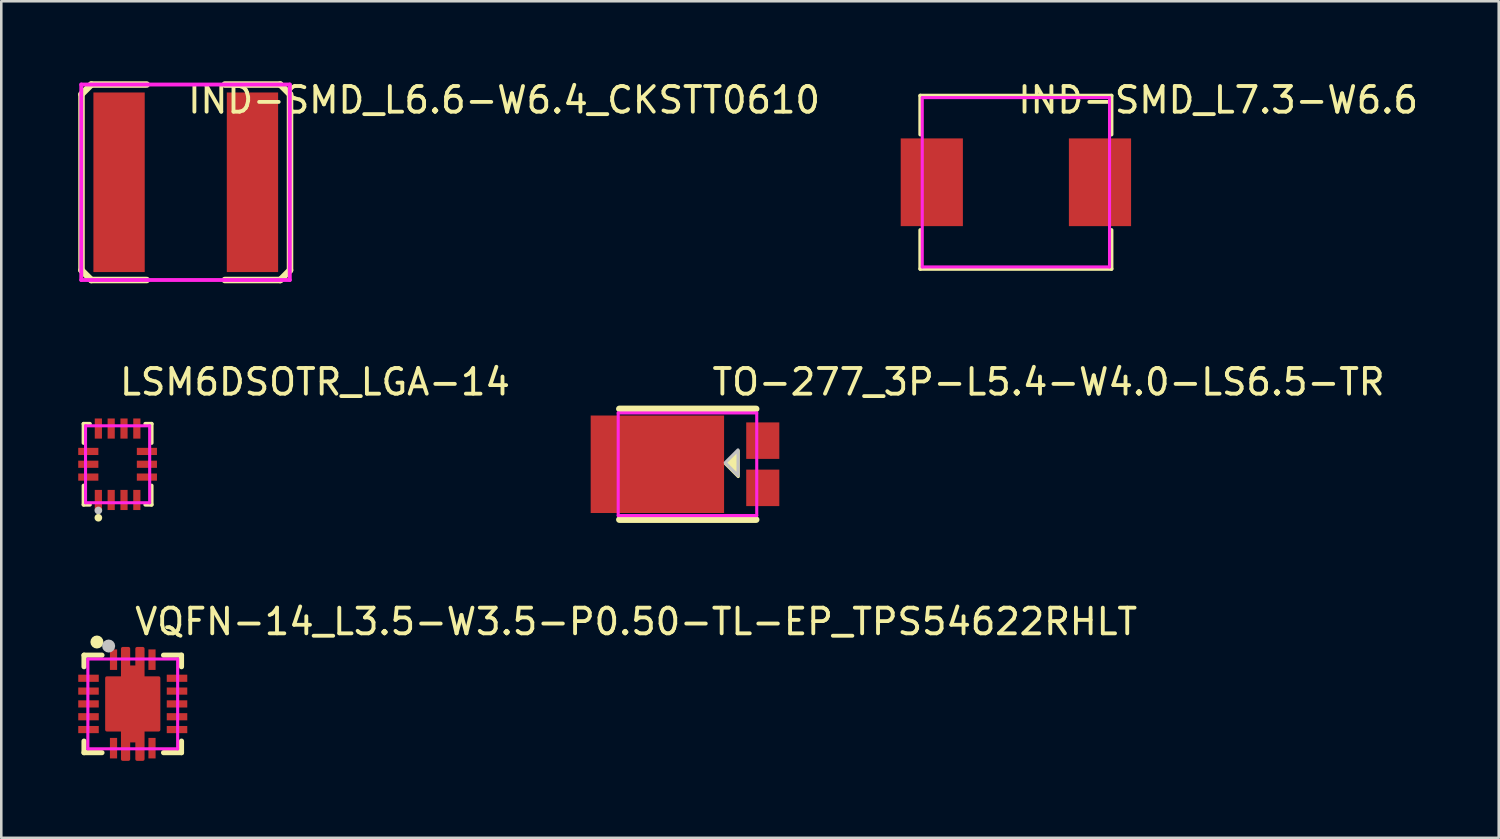
<source format=kicad_pcb>
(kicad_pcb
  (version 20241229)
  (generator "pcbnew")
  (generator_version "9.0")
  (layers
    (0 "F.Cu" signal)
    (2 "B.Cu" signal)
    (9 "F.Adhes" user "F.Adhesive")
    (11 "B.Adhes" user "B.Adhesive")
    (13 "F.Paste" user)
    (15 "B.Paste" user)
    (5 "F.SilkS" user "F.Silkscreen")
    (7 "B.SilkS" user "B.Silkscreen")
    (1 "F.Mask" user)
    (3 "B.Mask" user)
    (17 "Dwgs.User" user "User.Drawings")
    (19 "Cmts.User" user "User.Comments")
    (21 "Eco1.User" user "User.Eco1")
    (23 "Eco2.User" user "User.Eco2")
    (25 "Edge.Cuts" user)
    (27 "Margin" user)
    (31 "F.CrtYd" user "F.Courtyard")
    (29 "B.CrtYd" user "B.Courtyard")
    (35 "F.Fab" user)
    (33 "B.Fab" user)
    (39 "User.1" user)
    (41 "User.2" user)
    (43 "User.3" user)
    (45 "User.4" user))
  (footprint "IND-SMD_L7.3-W6.6"
    (layer "F.Cu")
    (at 36.55 4.055)
    (property "Reference" "IND-SMD_L7.3-W6.6" (at 0 -3.207 0) (layer "F.SilkS") (effects (font (size 1 1) (thickness 0.15)) (justify left)))
    (attr through_hole)
    (fp_line (start -3.726 -3.376) (end 3.726 -3.376) (stroke (width 0.152) (type solid)) (layer "F.SilkS"))
    (fp_line (start -3.726 -1.862) (end -3.726 -3.376) (stroke (width 0.152) (type solid)) (layer "F.SilkS"))
    (fp_line (start -3.726 1.862) (end -3.726 3.376) (stroke (width 0.152) (type solid)) (layer "F.SilkS"))
    (fp_line (start -3.726 3.376) (end 3.726 3.376) (stroke (width 0.152) (type solid)) (layer "F.SilkS"))
    (fp_line (start 3.726 -3.376) (end 3.726 -1.862) (stroke (width 0.152) (type solid)) (layer "F.SilkS"))
    (fp_line (start 3.726 3.376) (end 3.726 1.862) (stroke (width 0.152) (type solid)) (layer "F.SilkS"))
    (fp_circle (center -3.62 3.27) (end -3.59 3.27) (stroke (width 0.06) (type solid)) (fill no) (layer "Eco2.User"))
    (fp_poly (pts (xy -3.65 1.5) (xy -3.65 -1.5) (xy -2.15 -1.5) (xy -2.15 1.5)) (stroke (width 0.12) (type solid)) (fill no) (layer "Eco2.User"))
    (fp_poly (pts (xy 3.65 1.5) (xy 3.65 -1.5) (xy 2.15 -1.5) (xy 2.15 1.5)) (stroke (width 0.12) (type solid)) (fill no) (layer "Eco2.User"))
    (fp_line (start -3.65 -3.3) (end 3.65 -3.3) (stroke (width 0.12) (type solid)) (layer "F.CrtYd"))
    (fp_line (start -3.65 3.3) (end -3.65 -3.3) (stroke (width 0.12) (type solid)) (layer "F.CrtYd"))
    (fp_line (start 3.65 -3.3) (end 3.65 3.3) (stroke (width 0.12) (type solid)) (layer "F.CrtYd"))
    (fp_line (start 3.65 3.3) (end -3.65 3.3) (stroke (width 0.12) (type solid)) (layer "F.CrtYd"))
    (pad "1" smd rect (at 3.278 0) (size 2.424 3.42) (layers "F.Cu" "F.Mask" "F.Paste"))
    (pad "2" smd rect (at -3.278 0) (size 2.424 3.42) (layers "F.Cu" "F.Mask" "F.Paste")))
  (footprint "TO-277_3P-L5.4-W4.0-LS6.5-TR"
    (layer "F.Cu")
    (at 24.629 15.047)
    (property "Reference" "TO-277_3P-L5.4-W4.0-LS6.5-TR" (at 0 -3.207 0) (layer "F.SilkS") (effects (font (size 1 1) (thickness 0.15)) (justify left)))
    (attr through_hole)
    (fp_line (start -3.537 2.159) (end 1.797 2.159) (stroke (width 0.254) (type solid)) (layer "F.SilkS"))
    (fp_line (start 1.797 -2.159) (end -3.537 -2.159) (stroke (width 0.254) (type solid)) (layer "F.SilkS"))
    (fp_poly (pts (xy 0.599 -0.02) (xy 1.099 -0.52) (xy 1.099 0.48)) (stroke (width 0.12) (type solid)) (fill yes) (layer "F.SilkS"))
    (fp_poly (pts (xy 0.589 -0.06) (xy 1.089 -0.56) (xy 1.089 0.44)) (stroke (width 0.12) (type solid)) (fill no) (layer "Dwgs.User"))
    (fp_circle (center 2.327 -2) (end 2.357 -2) (stroke (width 0.06) (type solid)) (fill no) (layer "Eco2.User"))
    (fp_poly (pts (xy 1.777 -1.37) (xy 2.327 -1.37) (xy 2.327 -0.47) (xy 1.777 -0.47)) (stroke (width 0.12) (type solid)) (fill no) (layer "Eco2.User"))
    (fp_poly (pts (xy 1.777 0.47) (xy 2.327 0.47) (xy 2.327 1.37) (xy 1.777 1.37)) (stroke (width 0.12) (type solid)) (fill no) (layer "Eco2.User"))
    (fp_poly (pts (xy -3.401 0.86) (xy -4.221 0.86) (xy -4.221 -0.94) (xy -3.401 -0.94) (xy -3.401 -1.6) (xy 0.179 -1.6) (xy 0.179 1.48) (xy -3.401 1.48)) (stroke (width 0.12) (type solid)) (fill no) (layer "Eco2.User"))
    (fp_line (start -3.581 -2) (end 1.819 -2) (stroke (width 0.12) (type solid)) (layer "F.CrtYd"))
    (fp_line (start -3.581 2) (end -3.581 -2) (stroke (width 0.12) (type solid)) (layer "F.CrtYd"))
    (fp_line (start 1.819 -2) (end 1.819 2) (stroke (width 0.12) (type solid)) (layer "F.CrtYd"))
    (fp_line (start 1.819 2) (end -3.581 2) (stroke (width 0.12) (type solid)) (layer "F.CrtYd"))
    (pad "1" smd rect (at 2.054 -0.92) (size 1.29 1.422) (layers "F.Cu" "F.Mask" "F.Paste"))
    (pad "2" smd rect (at -2.054 0) (size 5.2 3.8) (layers "F.Cu" "F.Mask" "F.Paste"))
    (pad "3" smd rect (at 2.054 0.92) (size 1.29 1.422) (layers "F.Cu" "F.Mask" "F.Paste")))
  (footprint "LSM6DSOTR_LGA-14"
    (layer "F.Cu")
    (at 1.534 15.047)
    (property "Reference" "LSM6DSOTR_LGA-14" (at 0 -3.207 0) (layer "F.SilkS") (effects (font (size 1 1) (thickness 0.15)) (justify left)))
    (attr through_hole)
    (fp_line (start -1.326 -1.576) (end -1.08 -1.576) (stroke (width 0.152) (type solid)) (layer "F.SilkS"))
    (fp_line (start -1.326 -0.831) (end -1.326 -1.576) (stroke (width 0.152) (type solid)) (layer "F.SilkS"))
    (fp_line (start -1.326 0.831) (end -1.326 1.576) (stroke (width 0.152) (type solid)) (layer "F.SilkS"))
    (fp_line (start -1.326 1.576) (end -1.08 1.576) (stroke (width 0.152) (type solid)) (layer "F.SilkS"))
    (fp_line (start 1.326 -1.576) (end 1.08 -1.576) (stroke (width 0.152) (type solid)) (layer "F.SilkS"))
    (fp_line (start 1.326 -0.831) (end 1.326 -1.576) (stroke (width 0.152) (type solid)) (layer "F.SilkS"))
    (fp_line (start 1.326 0.831) (end 1.326 1.576) (stroke (width 0.152) (type solid)) (layer "F.SilkS"))
    (fp_line (start 1.326 1.576) (end 1.08 1.576) (stroke (width 0.152) (type solid)) (layer "F.SilkS"))
    (fp_circle (center -0.75 2.085) (end -0.675 2.085) (stroke (width 0.15) (type solid)) (fill no) (layer "F.SilkS"))
    (fp_circle (center -0.75 1.8) (end -0.675 1.8) (stroke (width 0.15) (type solid)) (fill no) (layer "Dwgs.User"))
    (fp_circle (center -1.25 1.5) (end -1.22 1.5) (stroke (width 0.06) (type solid)) (fill no) (layer "Eco2.User"))
    (fp_poly (pts (xy -0.875 -1.5) (xy -0.875 -1.025) (xy -0.625 -1.025) (xy -0.625 -1.5)) (stroke (width 0.12) (type solid)) (fill no) (layer "Eco2.User"))
    (fp_poly (pts (xy -0.875 1.5) (xy -0.875 1.025) (xy -0.625 1.025) (xy -0.625 1.5)) (stroke (width 0.12) (type solid)) (fill no) (layer "Eco2.User"))
    (fp_poly (pts (xy -0.775 -0.375) (xy -0.775 -0.625) (xy -1.25 -0.625) (xy -1.25 -0.375)) (stroke (width 0.12) (type solid)) (fill no) (layer "Eco2.User"))
    (fp_poly (pts (xy -0.775 0.125) (xy -0.775 -0.125) (xy -1.25 -0.125) (xy -1.25 0.125)) (stroke (width 0.12) (type solid)) (fill no) (layer "Eco2.User"))
    (fp_poly (pts (xy -0.775 0.625) (xy -0.775 0.375) (xy -1.25 0.375) (xy -1.25 0.625)) (stroke (width 0.12) (type solid)) (fill no) (layer "Eco2.User"))
    (fp_poly (pts (xy -0.375 -1.5) (xy -0.375 -1.025) (xy -0.125 -1.025) (xy -0.125 -1.5)) (stroke (width 0.12) (type solid)) (fill no) (layer "Eco2.User"))
    (fp_poly (pts (xy -0.375 1.5) (xy -0.375 1.025) (xy -0.125 1.025) (xy -0.125 1.5)) (stroke (width 0.12) (type solid)) (fill no) (layer "Eco2.User"))
    (fp_poly (pts (xy 0.125 -1.5) (xy 0.125 -1.025) (xy 0.375 -1.025) (xy 0.375 -1.5)) (stroke (width 0.12) (type solid)) (fill no) (layer "Eco2.User"))
    (fp_poly (pts (xy 0.125 1.5) (xy 0.125 1.025) (xy 0.375 1.025) (xy 0.375 1.5)) (stroke (width 0.12) (type solid)) (fill no) (layer "Eco2.User"))
    (fp_poly (pts (xy 0.625 -1.5) (xy 0.625 -1.025) (xy 0.875 -1.025) (xy 0.875 -1.5)) (stroke (width 0.12) (type solid)) (fill no) (layer "Eco2.User"))
    (fp_poly (pts (xy 0.625 1.5) (xy 0.625 1.025) (xy 0.875 1.025) (xy 0.875 1.5)) (stroke (width 0.12) (type solid)) (fill no) (layer "Eco2.User"))
    (fp_poly (pts (xy 0.775 -0.375) (xy 0.775 -0.625) (xy 1.25 -0.625) (xy 1.25 -0.375)) (stroke (width 0.12) (type solid)) (fill no) (layer "Eco2.User"))
    (fp_poly (pts (xy 0.775 0.125) (xy 0.775 -0.125) (xy 1.25 -0.125) (xy 1.25 0.125)) (stroke (width 0.12) (type solid)) (fill no) (layer "Eco2.User"))
    (fp_poly (pts (xy 0.775 0.625) (xy 0.775 0.375) (xy 1.25 0.375) (xy 1.25 0.625)) (stroke (width 0.12) (type solid)) (fill no) (layer "Eco2.User"))
    (fp_line (start -1.25 -1.5) (end 1.25 -1.5) (stroke (width 0.12) (type solid)) (layer "F.CrtYd"))
    (fp_line (start -1.25 1.5) (end -1.25 -1.5) (stroke (width 0.12) (type solid)) (layer "F.CrtYd"))
    (fp_line (start 1.25 -1.5) (end 1.25 1.5) (stroke (width 0.12) (type solid)) (layer "F.CrtYd"))
    (fp_line (start 1.25 1.5) (end -1.25 1.5) (stroke (width 0.12) (type solid)) (layer "F.CrtYd"))
    (pad "1" smd rect (at -0.75 1.392) (size 0.28 0.785) (layers "F.Cu" "F.Mask" "F.Paste"))
    (pad "2" smd rect (at -0.25 1.392) (size 0.28 0.785) (layers "F.Cu" "F.Mask" "F.Paste"))
    (pad "3" smd rect (at 0.25 1.392) (size 0.28 0.785) (layers "F.Cu" "F.Mask" "F.Paste"))
    (pad "4" smd rect (at 0.75 1.392) (size 0.28 0.785) (layers "F.Cu" "F.Mask" "F.Paste"))
    (pad "5" smd rect (at 1.142 0.5) (size 0.785 0.28) (layers "F.Cu" "F.Mask" "F.Paste"))
    (pad "6" smd rect (at 1.142 0) (size 0.785 0.28) (layers "F.Cu" "F.Mask" "F.Paste"))
    (pad "7" smd rect (at 1.142 -0.5) (size 0.785 0.28) (layers "F.Cu" "F.Mask" "F.Paste"))
    (pad "8" smd rect (at 0.75 -1.392) (size 0.28 0.785) (layers "F.Cu" "F.Mask" "F.Paste"))
    (pad "9" smd rect (at 0.25 -1.392) (size 0.28 0.785) (layers "F.Cu" "F.Mask" "F.Paste"))
    (pad "10" smd rect (at -0.25 -1.392) (size 0.28 0.785) (layers "F.Cu" "F.Mask" "F.Paste"))
    (pad "11" smd rect (at -0.75 -1.392) (size 0.28 0.785) (layers "F.Cu" "F.Mask" "F.Paste"))
    (pad "12" smd rect (at -1.142 -0.5) (size 0.785 0.28) (layers "F.Cu" "F.Mask" "F.Paste"))
    (pad "13" smd rect (at -1.142 0) (size 0.785 0.28) (layers "F.Cu" "F.Mask" "F.Paste"))
    (pad "14" smd rect (at -1.142 0.5) (size 0.785 0.28) (layers "F.Cu" "F.Mask" "F.Paste")))
  (footprint "IND-SMD_L6.6-W6.4_CKSTT0610"
    (layer "F.Cu")
    (at 4.191 4.055)
    (property "Reference" "IND-SMD_L6.6-W6.4_CKSTT0610" (at 0 -3.207 0) (layer "F.SilkS") (effects (font (size 1 1) (thickness 0.15)) (justify left)))
    (attr through_hole)
    (fp_line (start -4.064 -3.429) (end -4.064 3.429) (stroke (width 0.254) (type solid)) (layer "F.SilkS"))
    (fp_line (start -4.064 3.429) (end -3.683 3.81) (stroke (width 0.254) (type solid)) (layer "F.SilkS"))
    (fp_line (start -3.683 -3.81) (end -4.064 -3.429) (stroke (width 0.254) (type solid)) (layer "F.SilkS"))
    (fp_line (start -3.683 3.81) (end -1.524 3.81) (stroke (width 0.254) (type solid)) (layer "F.SilkS"))
    (fp_line (start -1.524 -3.81) (end -3.683 -3.81) (stroke (width 0.254) (type solid)) (layer "F.SilkS"))
    (fp_line (start 1.524 3.81) (end 3.683 3.81) (stroke (width 0.254) (type solid)) (layer "F.SilkS"))
    (fp_line (start 3.683 -3.81) (end 1.524 -3.81) (stroke (width 0.254) (type solid)) (layer "F.SilkS"))
    (fp_line (start 3.683 3.81) (end 4.064 3.429) (stroke (width 0.254) (type solid)) (layer "F.SilkS"))
    (fp_line (start 4.064 -3.429) (end 3.683 -3.81) (stroke (width 0.254) (type solid)) (layer "F.SilkS"))
    (fp_line (start 4.064 3.429) (end 4.064 -3.429) (stroke (width 0.254) (type solid)) (layer "F.SilkS"))
    (fp_line (start -4.073 -3.81) (end 4.055 -3.81) (stroke (width 0.152) (type solid)) (layer "F.CrtYd"))
    (fp_line (start -4.073 3.81) (end -4.073 -3.81) (stroke (width 0.152) (type solid)) (layer "F.CrtYd"))
    (fp_line (start 4.055 -3.81) (end 4.055 3.81) (stroke (width 0.152) (type solid)) (layer "F.CrtYd"))
    (fp_line (start 4.055 3.81) (end -4.073 3.81) (stroke (width 0.152) (type solid)) (layer "F.CrtYd"))
    (pad "1" smd rect (at -2.6 0) (size 2 7) (layers "F.Cu" "F.Mask" "F.Paste"))
    (pad "2" smd rect (at 2.6 0) (size 2 7) (layers "F.Cu" "F.Mask" "F.Paste")))
  (footprint "VQFN-14_L3.5-W3.5-P0.50-TL-EP_TPS54622RHLT"
    (layer "F.Cu")
    (at 2.125 24.389)
    (property "Reference" "VQFN-14_L3.5-W3.5-P0.50-TL-EP_TPS54622RHLT" (at 0 -3.207 0) (layer "F.SilkS") (effects (font (size 1 1) (thickness 0.15)) (justify left)))
    (attr through_hole)
    (fp_line (start -1.9 -1.9) (end -1.2 -1.9) (stroke (width 0.2) (type solid)) (layer "F.SilkS"))
    (fp_line (start -1.9 -1.45) (end -1.9 -1.9) (stroke (width 0.2) (type solid)) (layer "F.SilkS"))
    (fp_line (start -1.9 1.45) (end -1.9 1.9) (stroke (width 0.2) (type solid)) (layer "F.SilkS"))
    (fp_line (start -1.9 1.9) (end -1.2 1.9) (stroke (width 0.2) (type solid)) (layer "F.SilkS"))
    (fp_line (start 1.2 1.9) (end 1.9 1.9) (stroke (width 0.2) (type solid)) (layer "F.SilkS"))
    (fp_line (start 1.9 -1.9) (end 1.2 -1.9) (stroke (width 0.2) (type solid)) (layer "F.SilkS"))
    (fp_line (start 1.9 -1.45) (end 1.9 -1.9) (stroke (width 0.2) (type solid)) (layer "F.SilkS"))
    (fp_line (start 1.9 1.9) (end 1.9 1.45) (stroke (width 0.2) (type solid)) (layer "F.SilkS"))
    (fp_circle (center -1.397 -2.413) (end -1.27 -2.413) (stroke (width 0.254) (type solid)) (fill no) (layer "F.SilkS"))
    (fp_circle (center -0.94 -2.256) (end -0.813 -2.256) (stroke (width 0.254) (type solid)) (fill no) (layer "Dwgs.User"))
    (fp_circle (center -1.7 -1.7) (end -1.65 -1.7) (stroke (width 0.1) (type solid)) (fill no) (layer "Eco2.User"))
    (fp_poly (pts (xy -1.75 -1.12) (xy -1.35 -1.12) (xy -1.35 -0.88) (xy -1.75 -0.88)) (stroke (width 0.12) (type solid)) (fill no) (layer "Eco2.User"))
    (fp_poly (pts (xy -1.75 -0.62) (xy -1.35 -0.62) (xy -1.35 -0.38) (xy -1.75 -0.38)) (stroke (width 0.12) (type solid)) (fill no) (layer "Eco2.User"))
    (fp_poly (pts (xy -1.75 -0.12) (xy -1.35 -0.12) (xy -1.35 0.12) (xy -1.75 0.12)) (stroke (width 0.12) (type solid)) (fill no) (layer "Eco2.User"))
    (fp_poly (pts (xy -1.75 0.38) (xy -1.35 0.38) (xy -1.35 0.62) (xy -1.75 0.62)) (stroke (width 0.12) (type solid)) (fill no) (layer "Eco2.User"))
    (fp_poly (pts (xy -1.75 0.88) (xy -1.35 0.88) (xy -1.35 1.12) (xy -1.75 1.12)) (stroke (width 0.12) (type solid)) (fill no) (layer "Eco2.User"))
    (fp_poly (pts (xy -0.633 1.35) (xy -0.633 1.75) (xy -0.873 1.75) (xy -0.873 1.35)) (stroke (width 0.12) (type solid)) (fill no) (layer "Eco2.User"))
    (fp_poly (pts (xy -0.63 -1.75) (xy -0.63 -1.35) (xy -0.87 -1.35) (xy -0.87 -1.75)) (stroke (width 0.12) (type solid)) (fill no) (layer "Eco2.User"))
    (fp_poly (pts (xy 0.87 -1.75) (xy 0.87 -1.35) (xy 0.63 -1.35) (xy 0.63 -1.75)) (stroke (width 0.12) (type solid)) (fill no) (layer "Eco2.User"))
    (fp_poly (pts (xy 0.87 1.35) (xy 0.87 1.75) (xy 0.63 1.75) (xy 0.63 1.35)) (stroke (width 0.12) (type solid)) (fill no) (layer "Eco2.User"))
    (fp_poly (pts (xy 1.348 -1.12) (xy 1.748 -1.12) (xy 1.748 -0.88) (xy 1.348 -0.88)) (stroke (width 0.12) (type solid)) (fill no) (layer "Eco2.User"))
    (fp_poly (pts (xy 1.348 -0.62) (xy 1.748 -0.62) (xy 1.748 -0.38) (xy 1.348 -0.38)) (stroke (width 0.12) (type solid)) (fill no) (layer "Eco2.User"))
    (fp_poly (pts (xy 1.348 -0.12) (xy 1.748 -0.12) (xy 1.748 0.12) (xy 1.348 0.12)) (stroke (width 0.12) (type solid)) (fill no) (layer "Eco2.User"))
    (fp_poly (pts (xy 1.348 0.38) (xy 1.748 0.38) (xy 1.748 0.62) (xy 1.348 0.62)) (stroke (width 0.12) (type solid)) (fill no) (layer "Eco2.User"))
    (fp_poly (pts (xy 1.348 0.88) (xy 1.748 0.88) (xy 1.748 1.12) (xy 1.348 1.12)) (stroke (width 0.12) (type solid)) (fill no) (layer "Eco2.User"))
    (fp_poly (pts (xy -1.016 -1.016) (xy -0.4 -1.016) (xy -0.401 -1.751) (xy -0.278 -1.75) (xy -0.161 -1.75) (xy -0.16 -1.44) (xy 0.16 -1.44) (xy 0.162 -1.75) (xy 0.261 -1.749) (xy 0.399 -1.751) (xy 0.4 -1.016) (xy 1.016 -1.016) (xy 1.016 1.016) (xy 0.4 1.016) (xy 0.4 1.749) (xy 0.16 1.746) (xy 0.16 1.44) (xy -0.16 1.44) (xy -0.16 1.748) (xy -0.403 1.75) (xy -0.4 1.016) (xy -1.016 1.016) (xy -1.016 -1.016)) (stroke (width 0.12) (type solid)) (fill no) (layer "Eco2.User"))
    (fp_line (start -1.75 -1.75) (end 1.75 -1.75) (stroke (width 0.12) (type solid)) (layer "F.CrtYd"))
    (fp_line (start -1.75 1.75) (end -1.75 -1.75) (stroke (width 0.12) (type solid)) (layer "F.CrtYd"))
    (fp_line (start 1.75 -1.75) (end 1.75 1.75) (stroke (width 0.12) (type solid)) (layer "F.CrtYd"))
    (fp_line (start 1.75 1.75) (end -1.75 1.75) (stroke (width 0.12) (type solid)) (layer "F.CrtYd"))
    (pad "1" smd rect (at -0.75 -1.725 90) (size 0.8 0.28) (layers "F.Cu" "F.Mask" "F.Paste"))
    (pad "2" smd rect (at -1.725 -1) (size 0.8 0.28) (layers "F.Cu" "F.Mask" "F.Paste"))
    (pad "3" smd rect (at -1.725 -0.5) (size 0.8 0.28) (layers "F.Cu" "F.Mask" "F.Paste"))
    (pad "4" smd rect (at -1.725 0) (size 0.8 0.28) (layers "F.Cu" "F.Mask" "F.Paste"))
    (pad "5" smd rect (at -1.725 0.5) (size 0.8 0.28) (layers "F.Cu" "F.Mask" "F.Paste"))
    (pad "6" smd rect (at -1.725 1) (size 0.8 0.28) (layers "F.Cu" "F.Mask" "F.Paste"))
    (pad "7" smd rect (at -0.75 1.725 90) (size 0.8 0.28) (layers "F.Cu" "F.Mask" "F.Paste"))
    (pad "8" smd rect (at 0.75 1.725 90) (size 0.8 0.28) (layers "F.Cu" "F.Mask" "F.Paste"))
    (pad "9" smd rect (at 1.725 1) (size 0.8 0.28) (layers "F.Cu" "F.Mask" "F.Paste"))
    (pad "10" smd rect (at 1.725 0.5) (size 0.8 0.28) (layers "F.Cu" "F.Mask" "F.Paste"))
    (pad "11" smd rect (at 1.725 0) (size 0.8 0.28) (layers "F.Cu" "F.Mask" "F.Paste"))
    (pad "12" smd rect (at 1.725 -0.5) (size 0.8 0.28) (layers "F.Cu" "F.Mask" "F.Paste"))
    (pad "13" smd rect (at 1.725 -1) (size 0.8 0.28) (layers "F.Cu" "F.Mask" "F.Paste"))
    (pad "14" smd rect (at 0.75 -1.725 90) (size 0.8 0.28) (layers "F.Cu" "F.Mask" "F.Paste"))
    (pad "15" smd custom (at 0 0) (size 0.102 0.102) (layers "F.Cu" "F.Mask" "F.Paste") (options (anchor circle)) (primitives (gr_poly (pts (xy -1.016 -1.016) (xy -0.4 -1.016) (xy -0.4 -2.16) (xy -0.16 -2.16) (xy -0.16 -1.44) (xy 0.16 -1.44) (xy 0.16 -2.16) (xy 0.4 -2.16) (xy 0.4 -1.016) (xy 1.016 -1.016) (xy 1.016 1.016) (xy 0.4 1.016) (xy 0.4 2.16) (xy 0.16 2.16) (xy 0.16 1.44) (xy -0.16 1.44) (xy -0.16 2.16) (xy -0.4 2.16) (xy -0.4 1.016) (xy -1.016 1.016) (xy -1.016 -1.016)) (width 0.12) (fill yes)))))
  (gr_rect
    (start -3 -3)
    (end 55.371 29.609)
    (stroke (width 0.1) (type default))
    (fill no)
    (layer "Edge.Cuts")))
</source>
